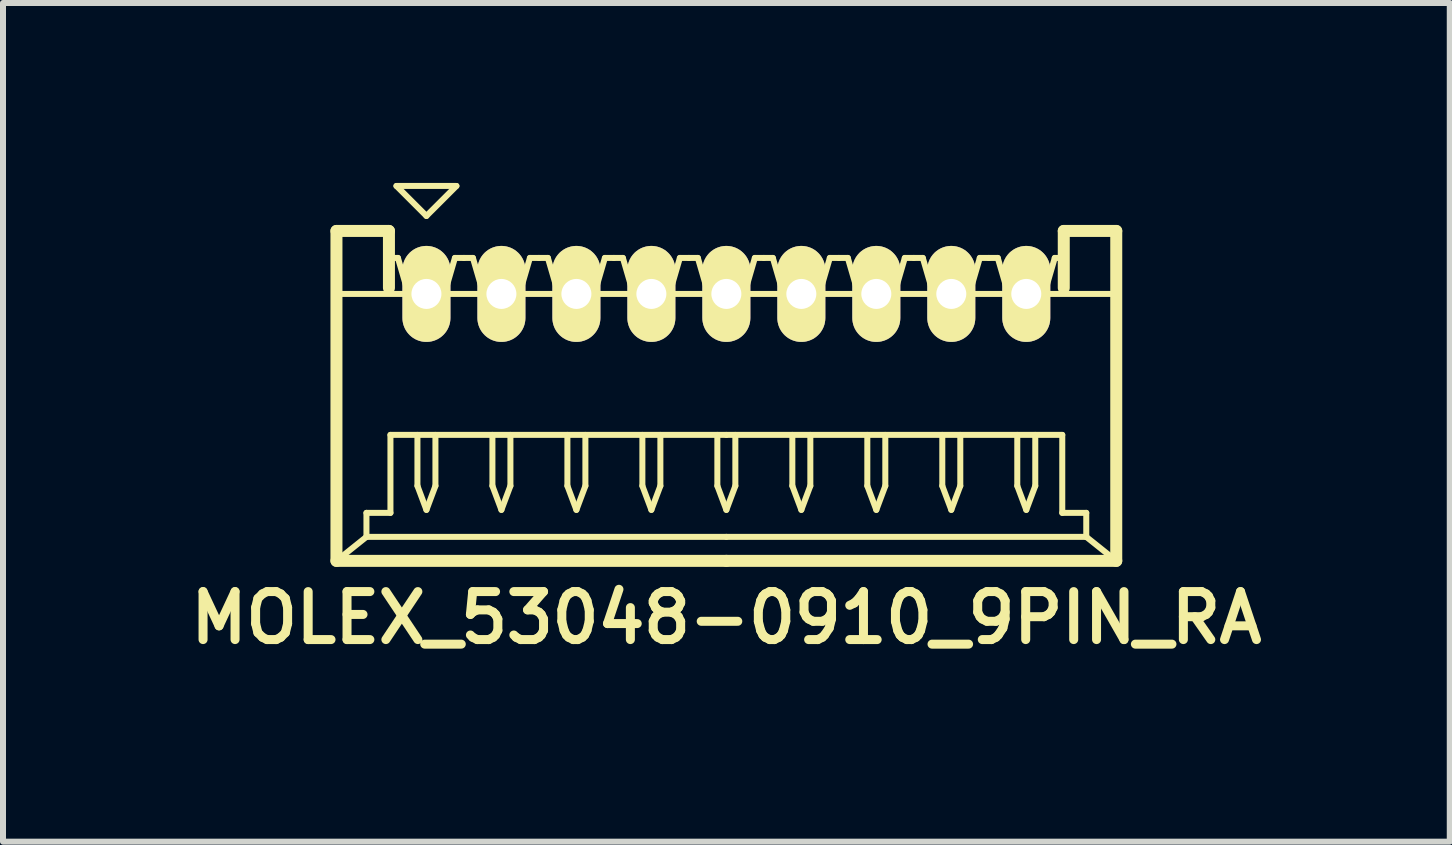
<source format=kicad_pcb>
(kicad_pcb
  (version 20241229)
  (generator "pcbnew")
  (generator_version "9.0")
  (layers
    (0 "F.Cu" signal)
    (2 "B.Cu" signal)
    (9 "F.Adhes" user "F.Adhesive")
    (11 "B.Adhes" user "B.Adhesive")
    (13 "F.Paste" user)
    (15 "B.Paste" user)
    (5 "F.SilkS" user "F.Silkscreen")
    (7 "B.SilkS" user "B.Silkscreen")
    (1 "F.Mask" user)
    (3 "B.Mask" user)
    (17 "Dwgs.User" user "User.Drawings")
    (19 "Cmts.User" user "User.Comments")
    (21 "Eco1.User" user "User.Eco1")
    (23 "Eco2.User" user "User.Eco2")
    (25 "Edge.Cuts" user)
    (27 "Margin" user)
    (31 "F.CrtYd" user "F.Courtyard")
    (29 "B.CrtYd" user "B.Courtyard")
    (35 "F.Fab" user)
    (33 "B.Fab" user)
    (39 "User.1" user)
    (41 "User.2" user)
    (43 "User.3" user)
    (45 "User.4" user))
  (footprint "MOLEX_53048-0910_9PIN_RA"
    (layer "F.Cu")
    (at 9.059 3.55)
    (property "Reference" "MOLEX_53048-0910_9PIN_RA" (at 0 3.7 0) (layer "F.SilkS") (effects (font (size 0.8 0.8) (thickness 0.15))))
    (attr through_hole)
    (fp_line (start -6.5 -2.75) (end -5.625 -2.75) (stroke (width 0.2) (type solid)) (layer "F.SilkS"))
    (fp_line (start -6.5 -1.7) (end 6.5 -1.7) (stroke (width 0.1) (type solid)) (layer "F.SilkS"))
    (fp_line (start -6.5 2.75) (end -6.5 -2.75) (stroke (width 0.2) (type solid)) (layer "F.SilkS"))
    (fp_line (start -6 1.95) (end -6 2.35) (stroke (width 0.1) (type solid)) (layer "F.SilkS"))
    (fp_line (start -6 2.35) (end -6.5 2.75) (stroke (width 0.1) (type solid)) (layer "F.SilkS"))
    (fp_line (start -6 2.35) (end 0 2.35) (stroke (width 0.1) (type solid)) (layer "F.SilkS"))
    (fp_line (start -5.625 -2.75) (end -5.625 -1.8) (stroke (width 0.2) (type solid)) (layer "F.SilkS"))
    (fp_line (start -5.625 -2.3) (end -5.475 -2.3) (stroke (width 0.1) (type solid)) (layer "F.SilkS"))
    (fp_line (start -5.6 0.65) (end -5.6 1.95) (stroke (width 0.1) (type solid)) (layer "F.SilkS"))
    (fp_line (start -5.6 1.95) (end -6 1.95) (stroke (width 0.1) (type solid)) (layer "F.SilkS"))
    (fp_line (start -5.5 -3.5) (end -5 -3) (stroke (width 0.1) (type solid)) (layer "F.SilkS"))
    (fp_line (start -5.475 -2.3) (end -5.3 -1.7) (stroke (width 0.1) (type solid)) (layer "F.SilkS"))
    (fp_line (start -5.3 -1.7) (end -4.7 -1.7) (stroke (width 0.1) (type solid)) (layer "F.SilkS"))
    (fp_line (start -5.15 0.65) (end -5.15 1.5) (stroke (width 0.1) (type solid)) (layer "F.SilkS"))
    (fp_line (start -5.15 1.5) (end -5 1.9) (stroke (width 0.1) (type solid)) (layer "F.SilkS"))
    (fp_line (start -5 -3) (end -4.5 -3.5) (stroke (width 0.1) (type solid)) (layer "F.SilkS"))
    (fp_line (start -5 1.9) (end -4.85 1.5) (stroke (width 0.1) (type solid)) (layer "F.SilkS"))
    (fp_line (start -4.85 1.5) (end -4.85 0.65) (stroke (width 0.1) (type solid)) (layer "F.SilkS"))
    (fp_line (start -4.7 -1.7) (end -4.525 -2.3) (stroke (width 0.1) (type solid)) (layer "F.SilkS"))
    (fp_line (start -4.525 -2.3) (end -4.375 -2.3) (stroke (width 0.1) (type solid)) (layer "F.SilkS"))
    (fp_line (start -4.5 -3.5) (end -5.5 -3.5) (stroke (width 0.1) (type solid)) (layer "F.SilkS"))
    (fp_line (start -4.375 -2.3) (end -4.225 -2.3) (stroke (width 0.1) (type solid)) (layer "F.SilkS"))
    (fp_line (start -4.225 -2.3) (end -4.05 -1.7) (stroke (width 0.1) (type solid)) (layer "F.SilkS"))
    (fp_line (start -4.05 -1.7) (end -3.45 -1.7) (stroke (width 0.1) (type solid)) (layer "F.SilkS"))
    (fp_line (start -3.9 0.65) (end -3.9 1.5) (stroke (width 0.1) (type solid)) (layer "F.SilkS"))
    (fp_line (start -3.9 1.5) (end -3.75 1.9) (stroke (width 0.1) (type solid)) (layer "F.SilkS"))
    (fp_line (start -3.75 1.9) (end -3.6 1.5) (stroke (width 0.1) (type solid)) (layer "F.SilkS"))
    (fp_line (start -3.6 1.5) (end -3.6 0.65) (stroke (width 0.1) (type solid)) (layer "F.SilkS"))
    (fp_line (start -3.45 -1.7) (end -3.275 -2.3) (stroke (width 0.1) (type solid)) (layer "F.SilkS"))
    (fp_line (start -3.275 -2.3) (end -3.125 -2.3) (stroke (width 0.1) (type solid)) (layer "F.SilkS"))
    (fp_line (start -3.125 -2.3) (end -2.975 -2.3) (stroke (width 0.1) (type solid)) (layer "F.SilkS"))
    (fp_line (start -2.975 -2.3) (end -2.8 -1.7) (stroke (width 0.1) (type solid)) (layer "F.SilkS"))
    (fp_line (start -2.8 -1.7) (end -2.2 -1.7) (stroke (width 0.1) (type solid)) (layer "F.SilkS"))
    (fp_line (start -2.65 0.65) (end -2.65 1.5) (stroke (width 0.1) (type solid)) (layer "F.SilkS"))
    (fp_line (start -2.65 1.5) (end -2.5 1.9) (stroke (width 0.1) (type solid)) (layer "F.SilkS"))
    (fp_line (start -2.5 1.9) (end -2.35 1.5) (stroke (width 0.1) (type solid)) (layer "F.SilkS"))
    (fp_line (start -2.35 1.5) (end -2.35 0.65) (stroke (width 0.1) (type solid)) (layer "F.SilkS"))
    (fp_line (start -2.2 -1.7) (end -2.025 -2.3) (stroke (width 0.1) (type solid)) (layer "F.SilkS"))
    (fp_line (start -2.025 -2.3) (end -1.875 -2.3) (stroke (width 0.1) (type solid)) (layer "F.SilkS"))
    (fp_line (start -1.875 -2.3) (end -1.725 -2.3) (stroke (width 0.1) (type solid)) (layer "F.SilkS"))
    (fp_line (start -1.725 -2.3) (end -1.55 -1.7) (stroke (width 0.1) (type solid)) (layer "F.SilkS"))
    (fp_line (start -1.55 -1.7) (end -0.95 -1.7) (stroke (width 0.1) (type solid)) (layer "F.SilkS"))
    (fp_line (start -1.4 0.65) (end -1.4 1.5) (stroke (width 0.1) (type solid)) (layer "F.SilkS"))
    (fp_line (start -1.4 1.5) (end -1.25 1.9) (stroke (width 0.1) (type solid)) (layer "F.SilkS"))
    (fp_line (start -1.25 1.9) (end -1.1 1.5) (stroke (width 0.1) (type solid)) (layer "F.SilkS"))
    (fp_line (start -1.1 1.5) (end -1.1 0.65) (stroke (width 0.1) (type solid)) (layer "F.SilkS"))
    (fp_line (start -0.95 -1.7) (end -0.775 -2.3) (stroke (width 0.1) (type solid)) (layer "F.SilkS"))
    (fp_line (start -0.775 -2.3) (end -0.625 -2.3) (stroke (width 0.1) (type solid)) (layer "F.SilkS"))
    (fp_line (start -0.625 -2.3) (end -0.475 -2.3) (stroke (width 0.1) (type solid)) (layer "F.SilkS"))
    (fp_line (start -0.475 -2.3) (end -0.3 -1.7) (stroke (width 0.1) (type solid)) (layer "F.SilkS"))
    (fp_line (start -0.3 -1.7) (end 0.3 -1.7) (stroke (width 0.1) (type solid)) (layer "F.SilkS"))
    (fp_line (start -0.15 0.65) (end -0.15 1.5) (stroke (width 0.1) (type solid)) (layer "F.SilkS"))
    (fp_line (start -0.15 1.5) (end 0 1.9) (stroke (width 0.1) (type solid)) (layer "F.SilkS"))
    (fp_line (start 0 0.65) (end -5.6 0.65) (stroke (width 0.1) (type solid)) (layer "F.SilkS"))
    (fp_line (start 0 0.65) (end 5.6 0.65) (stroke (width 0.1) (type solid)) (layer "F.SilkS"))
    (fp_line (start 0 1.9) (end 0.15 1.5) (stroke (width 0.1) (type solid)) (layer "F.SilkS"))
    (fp_line (start 0 2.75) (end -6.5 2.75) (stroke (width 0.2) (type solid)) (layer "F.SilkS"))
    (fp_line (start 0 2.75) (end 6.5 2.75) (stroke (width 0.2) (type solid)) (layer "F.SilkS"))
    (fp_line (start 0.15 1.5) (end 0.15 0.65) (stroke (width 0.1) (type solid)) (layer "F.SilkS"))
    (fp_line (start 0.3 -1.7) (end 0.475 -2.3) (stroke (width 0.1) (type solid)) (layer "F.SilkS"))
    (fp_line (start 0.475 -2.3) (end 0.625 -2.3) (stroke (width 0.1) (type solid)) (layer "F.SilkS"))
    (fp_line (start 0.625 -2.3) (end 0.775 -2.3) (stroke (width 0.1) (type solid)) (layer "F.SilkS"))
    (fp_line (start 0.775 -2.3) (end 0.95 -1.7) (stroke (width 0.1) (type solid)) (layer "F.SilkS"))
    (fp_line (start 0.95 -1.7) (end 1.55 -1.7) (stroke (width 0.1) (type solid)) (layer "F.SilkS"))
    (fp_line (start 1.1 0.65) (end 1.1 1.5) (stroke (width 0.1) (type solid)) (layer "F.SilkS"))
    (fp_line (start 1.1 1.5) (end 1.25 1.9) (stroke (width 0.1) (type solid)) (layer "F.SilkS"))
    (fp_line (start 1.25 1.9) (end 1.4 1.5) (stroke (width 0.1) (type solid)) (layer "F.SilkS"))
    (fp_line (start 1.4 1.5) (end 1.4 0.65) (stroke (width 0.1) (type solid)) (layer "F.SilkS"))
    (fp_line (start 1.55 -1.7) (end 1.725 -2.3) (stroke (width 0.1) (type solid)) (layer "F.SilkS"))
    (fp_line (start 1.725 -2.3) (end 1.875 -2.3) (stroke (width 0.1) (type solid)) (layer "F.SilkS"))
    (fp_line (start 1.875 -2.3) (end 2.025 -2.3) (stroke (width 0.1) (type solid)) (layer "F.SilkS"))
    (fp_line (start 2.025 -2.3) (end 2.2 -1.7) (stroke (width 0.1) (type solid)) (layer "F.SilkS"))
    (fp_line (start 2.2 -1.7) (end 2.8 -1.7) (stroke (width 0.1) (type solid)) (layer "F.SilkS"))
    (fp_line (start 2.35 0.65) (end 2.35 1.5) (stroke (width 0.1) (type solid)) (layer "F.SilkS"))
    (fp_line (start 2.35 1.5) (end 2.5 1.9) (stroke (width 0.1) (type solid)) (layer "F.SilkS"))
    (fp_line (start 2.5 1.9) (end 2.65 1.5) (stroke (width 0.1) (type solid)) (layer "F.SilkS"))
    (fp_line (start 2.65 1.5) (end 2.65 0.65) (stroke (width 0.1) (type solid)) (layer "F.SilkS"))
    (fp_line (start 2.8 -1.7) (end 2.975 -2.3) (stroke (width 0.1) (type solid)) (layer "F.SilkS"))
    (fp_line (start 2.975 -2.3) (end 3.125 -2.3) (stroke (width 0.1) (type solid)) (layer "F.SilkS"))
    (fp_line (start 3.125 -2.3) (end 3.275 -2.3) (stroke (width 0.1) (type solid)) (layer "F.SilkS"))
    (fp_line (start 3.275 -2.3) (end 3.45 -1.7) (stroke (width 0.1) (type solid)) (layer "F.SilkS"))
    (fp_line (start 3.45 -1.7) (end 4.05 -1.7) (stroke (width 0.1) (type solid)) (layer "F.SilkS"))
    (fp_line (start 3.6 0.65) (end 3.6 1.5) (stroke (width 0.1) (type solid)) (layer "F.SilkS"))
    (fp_line (start 3.6 1.5) (end 3.75 1.9) (stroke (width 0.1) (type solid)) (layer "F.SilkS"))
    (fp_line (start 3.75 1.9) (end 3.9 1.5) (stroke (width 0.1) (type solid)) (layer "F.SilkS"))
    (fp_line (start 3.9 1.5) (end 3.9 0.65) (stroke (width 0.1) (type solid)) (layer "F.SilkS"))
    (fp_line (start 4.05 -1.7) (end 4.225 -2.3) (stroke (width 0.1) (type solid)) (layer "F.SilkS"))
    (fp_line (start 4.225 -2.3) (end 4.375 -2.3) (stroke (width 0.1) (type solid)) (layer "F.SilkS"))
    (fp_line (start 4.375 -2.3) (end 4.525 -2.3) (stroke (width 0.1) (type solid)) (layer "F.SilkS"))
    (fp_line (start 4.525 -2.3) (end 4.7 -1.7) (stroke (width 0.1) (type solid)) (layer "F.SilkS"))
    (fp_line (start 4.7 -1.7) (end 5.3 -1.7) (stroke (width 0.1) (type solid)) (layer "F.SilkS"))
    (fp_line (start 4.85 0.65) (end 4.85 1.5) (stroke (width 0.1) (type solid)) (layer "F.SilkS"))
    (fp_line (start 4.85 1.5) (end 5 1.9) (stroke (width 0.1) (type solid)) (layer "F.SilkS"))
    (fp_line (start 5 1.9) (end 5.15 1.5) (stroke (width 0.1) (type solid)) (layer "F.SilkS"))
    (fp_line (start 5.15 1.5) (end 5.15 0.65) (stroke (width 0.1) (type solid)) (layer "F.SilkS"))
    (fp_line (start 5.3 -1.7) (end 5.475 -2.3) (stroke (width 0.1) (type solid)) (layer "F.SilkS"))
    (fp_line (start 5.475 -2.3) (end 5.625 -2.3) (stroke (width 0.1) (type solid)) (layer "F.SilkS"))
    (fp_line (start 5.6 0.65) (end 5.6 1.95) (stroke (width 0.1) (type solid)) (layer "F.SilkS"))
    (fp_line (start 5.6 1.95) (end 6 1.95) (stroke (width 0.1) (type solid)) (layer "F.SilkS"))
    (fp_line (start 5.625 -2.75) (end 5.625 -1.8) (stroke (width 0.2) (type solid)) (layer "F.SilkS"))
    (fp_line (start 6 1.95) (end 6 2.35) (stroke (width 0.1) (type solid)) (layer "F.SilkS"))
    (fp_line (start 6 2.35) (end 0 2.35) (stroke (width 0.1) (type solid)) (layer "F.SilkS"))
    (fp_line (start 6 2.35) (end 6.5 2.75) (stroke (width 0.1) (type solid)) (layer "F.SilkS"))
    (fp_line (start 6.5 -2.75) (end 5.625 -2.75) (stroke (width 0.2) (type solid)) (layer "F.SilkS"))
    (fp_line (start 6.5 2.75) (end 6.5 -2.75) (stroke (width 0.2) (type solid)) (layer "F.SilkS"))
    (pad "1" thru_hole oval (at -5 -1.7) (size 0.8 1.6) (drill 0.5) (layers "*.Cu" "*.Mask" "F.SilkS"))
    (pad "2" thru_hole oval (at -3.75 -1.7) (size 0.8 1.6) (drill 0.5) (layers "*.Cu" "*.Mask" "F.SilkS"))
    (pad "3" thru_hole oval (at -2.5 -1.7) (size 0.8 1.6) (drill 0.5) (layers "*.Cu" "*.Mask" "F.SilkS"))
    (pad "4" thru_hole oval (at -1.25 -1.7) (size 0.8 1.6) (drill 0.5) (layers "*.Cu" "*.Mask" "F.SilkS"))
    (pad "5" thru_hole oval (at 0 -1.7) (size 0.8 1.6) (drill 0.5) (layers "*.Cu" "*.Mask" "F.SilkS"))
    (pad "6" thru_hole oval (at 1.25 -1.7) (size 0.8 1.6) (drill 0.5) (layers "*.Cu" "*.Mask" "F.SilkS"))
    (pad "7" thru_hole oval (at 2.5 -1.7) (size 0.8 1.6) (drill 0.5) (layers "*.Cu" "*.Mask" "F.SilkS"))
    (pad "8" thru_hole oval (at 3.75 -1.7) (size 0.8 1.6) (drill 0.5) (layers "*.Cu" "*.Mask" "F.SilkS"))
    (pad "9" thru_hole oval (at 5 -1.7) (size 0.8 1.6) (drill 0.5) (layers "*.Cu" "*.Mask" "F.SilkS")))
  (gr_rect
    (start -3 -3)
    (end 21.119 10.981)
    (stroke (width 0.1) (type default))
    (fill no)
    (layer "Edge.Cuts")))
</source>
